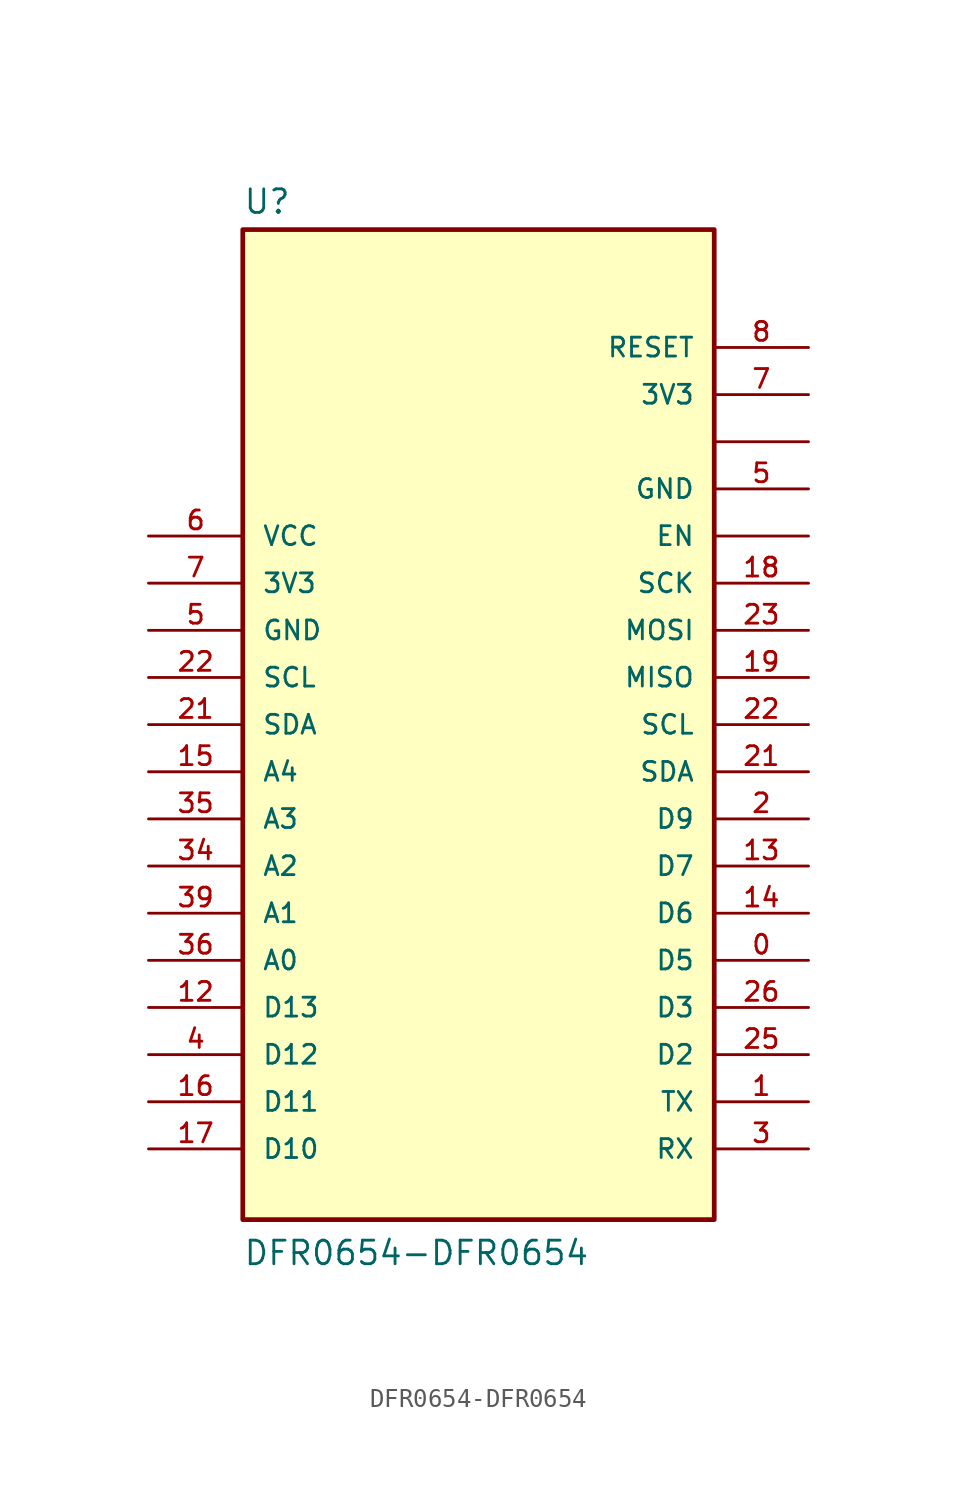
<source format=kicad_sym>
(kicad_symbol_lib
  (version 20211014)
  (generator kicad_symbol_editor)
  (symbol "DFR0654-DFR0654"
    (pin_names
      (offset 1.016))
    (property "Reference" "U"
      (at -41.91 -18.288 0)
      (effects (font (size 1.27 1.27)) (justify left bottom)))
    (property "Value" "DFR0654-DFR0654"
      (at -41.91 -74.93 0)
      (effects (font (size 1.27 1.27)) (justify left bottom)))
    (symbol "DFR0654-DFR0654_0_0"
      (rectangle (start -41.91 -72.39) (end -16.51 -19.05) (stroke (width 0.254) (type default) (color 0 0 0 0)) (fill (type background)))
      (pin bidirectional line (at -11.43 -58.42 180) (length 5.08) (name "D5" (effects (font (size 1.016 1.016)))) (number "0" (effects (font (size 1.016 1.016)))))
      (pin bidirectional line (at -11.43 -53.34 180) (length 5.08) (name "D7" (effects (font (size 1.016 1.016)))) (number "13" (effects (font (size 1.016 1.016)))))
      (pin bidirectional line (at -11.43 -55.88 180) (length 5.08) (name "D6" (effects (font (size 1.016 1.016)))) (number "14" (effects (font (size 1.016 1.016)))))
      (pin input line (at -46.99 -48.26 0) (length 5.08) (name "A4" (effects (font (size 1.016 1.016)))) (number "15" (effects (font (size 1.016 1.016)))))
      (pin bidirectional line (at -11.43 -38.1 180) (length 5.08) (name "SCK" (effects (font (size 1.016 1.016)))) (number "18" (effects (font (size 1.016 1.016)))))
      (pin bidirectional line (at -11.43 -43.18 180) (length 5.08) (name "MISO" (effects (font (size 1.016 1.016)))) (number "19" (effects (font (size 1.016 1.016)))))
      (pin bidirectional line (at -11.43 -50.8 180) (length 5.08) (name "D9" (effects (font (size 1.016 1.016)))) (number "2" (effects (font (size 1.016 1.016)))))
      (pin input line (at -46.99 -45.72 0) (length 5.08) (name "SDA" (effects (font (size 1.016 1.016)))) (number "21" (effects (font (size 1.016 1.016)))))
      (pin bidirectional line (at -11.43 -48.26 180) (length 5.08) (name "SDA" (effects (font (size 1.016 1.016)))) (number "21" (effects (font (size 1.016 1.016)))))
      (pin input line (at -46.99 -43.18 0) (length 5.08) (name "SCL" (effects (font (size 1.016 1.016)))) (number "22" (effects (font (size 1.016 1.016)))))
      (pin bidirectional line (at -11.43 -45.72 180) (length 5.08) (name "SCL" (effects (font (size 1.016 1.016)))) (number "22" (effects (font (size 1.016 1.016)))))
      (pin bidirectional line (at -11.43 -40.64 180) (length 5.08) (name "MOSI" (effects (font (size 1.016 1.016)))) (number "23" (effects (font (size 1.016 1.016)))))
      (pin bidirectional line (at -11.43 -60.96 180) (length 5.08) (name "D3" (effects (font (size 1.016 1.016)))) (number "26" (effects (font (size 1.016 1.016)))))
      (pin input line (at -46.99 -53.34 0) (length 5.08) (name "A2" (effects (font (size 1.016 1.016)))) (number "34" (effects (font (size 1.016 1.016)))))
      (pin input line (at -46.99 -50.8 0) (length 5.08) (name "A3" (effects (font (size 1.016 1.016)))) (number "35" (effects (font (size 1.016 1.016)))))
      (pin output line (at -11.43 -33.02 180) (length 5.08) (name "GND" (effects (font (size 1.016 1.016)))) (number "5" (effects (font (size 1.016 1.016)))))
      (pin input line (at -46.99 -35.56 0) (length 5.08) (name "VCC" (effects (font (size 1.016 1.016)))) (number "6" (effects (font (size 1.016 1.016)))))
      (pin input line (at -46.99 -38.1 0) (length 5.08) (name "3V3" (effects (font (size 1.016 1.016)))) (number "7" (effects (font (size 1.016 1.016)))))
      (pin input line (at -11.43 -35.56 180) (length 5.08) (name "EN" (effects (font (size 1.016 1.016)))) (number "~" (effects (font (size 1.016 1.016))))))
    (symbol "DFR0654-DFR0654_1_1"
      (pin bidirectional line (at -11.43 -66.04 180) (length 5.08) (name "TX" (effects (font (size 1.016 1.016)))) (number "1" (effects (font (size 1.016 1.016)))))
      (pin input line (at -46.99 -60.96 0) (length 5.08) (name "D13" (effects (font (size 1.016 1.016)))) (number "12" (effects (font (size 1.016 1.016)))))
      (pin input line (at -46.99 -66.04 0) (length 5.08) (name "D11" (effects (font (size 1.016 1.016)))) (number "16" (effects (font (size 1.016 1.016)))))
      (pin input line (at -46.99 -68.58 0) (length 5.08) (name "D10" (effects (font (size 1.016 1.016)))) (number "17" (effects (font (size 1.016 1.016)))))
      (pin bidirectional line (at -11.43 -63.5 180) (length 5.08) (name "D2" (effects (font (size 1.016 1.016)))) (number "25" (effects (font (size 1.016 1.016)))))
      (pin bidirectional line (at -11.43 -68.58 180) (length 5.08) (name "RX" (effects (font (size 1.016 1.016)))) (number "3" (effects (font (size 1.016 1.016)))))
      (pin input line (at -46.99 -58.42 0) (length 5.08) (name "A0" (effects (font (size 1.016 1.016)))) (number "36" (effects (font (size 1.016 1.016)))))
      (pin input line (at -46.99 -55.88 0) (length 5.08) (name "A1" (effects (font (size 1.016 1.016)))) (number "39" (effects (font (size 1.016 1.016)))))
      (pin input line (at -46.99 -63.5 0) (length 5.08) (name "D12" (effects (font (size 1.016 1.016)))) (number "4" (effects (font (size 1.016 1.016)))))
      (pin input line (at -46.99 -40.64 0) (length 5.08) (name "GND" (effects (font (size 1.016 1.016)))) (number "5" (effects (font (size 1.016 1.016)))))
      (pin bidirectional line (at -11.43 -27.94 180) (length 5.08) (name "3V3" (effects (font (size 1.016 1.016)))) (number "7" (effects (font (size 1.016 1.016)))))
      (pin bidirectional line (at -11.43 -25.4 180) (length 5.08) (name "RESET" (effects (font (size 1.016 1.016)))) (number "8" (effects (font (size 1.016 1.016)))))
      (pin bidirectional line (at -11.43 -30.48 180) (length 5.08) (name "~" (effects (font (size 1.016 1.016)))) (number "~" (effects (font (size 1.016 1.016))))))))
</source>
